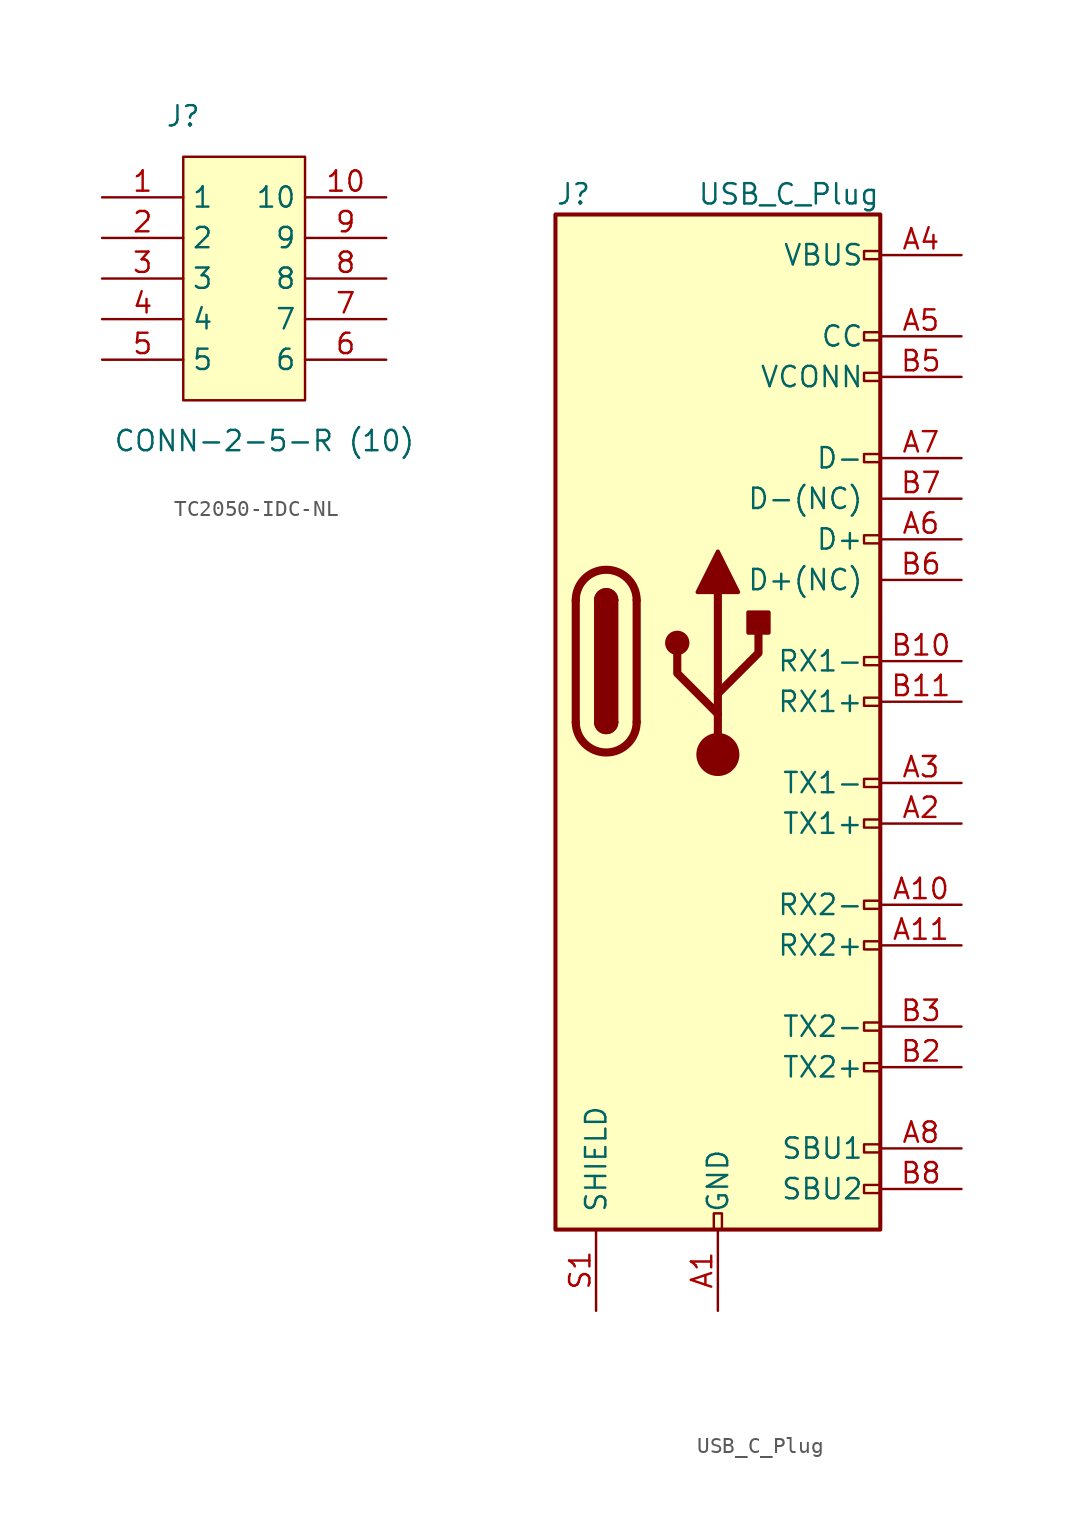
<source format=kicad_sym>
(kicad_symbol_lib
  (version 20241209)
  (generator "kicad_symbol_editor")
  (generator_version "9.0")
  (symbol "TC2050-IDC-NL"
    (property "Reference" "J"
      (at 0 2.54 0)
      (effects (font (size 1.27 1.27))))
    (property "Value" "CONN-2-5-R (10)"
      (at 5.08 -17.78 0)
      (effects (font (size 1.27 1.27))))
    (symbol "TC2050-IDC-NL_1_1"
      (rectangle (start 0 0) (end 7.62 -15.24) (stroke (width 0) (type default)) (fill (type background)))
      (pin passive line (at -5.08 -2.54 0) (length 5.08) (name "1" (effects (font (size 1.27 1.27)))) (number "1" (effects (font (size 1.27 1.27)))))
      (pin passive line (at -5.08 -5.08 0) (length 5.08) (name "2" (effects (font (size 1.27 1.27)))) (number "2" (effects (font (size 1.27 1.27)))))
      (pin passive line (at -5.08 -7.62 0) (length 5.08) (name "3" (effects (font (size 1.27 1.27)))) (number "3" (effects (font (size 1.27 1.27)))))
      (pin passive line (at -5.08 -10.16 0) (length 5.08) (name "4" (effects (font (size 1.27 1.27)))) (number "4" (effects (font (size 1.27 1.27)))))
      (pin passive line (at -5.08 -12.7 0) (length 5.08) (name "5" (effects (font (size 1.27 1.27)))) (number "5" (effects (font (size 1.27 1.27)))))
      (pin passive line (at 12.7 -2.54 180) (length 5.08) (name "10" (effects (font (size 1.27 1.27)))) (number "10" (effects (font (size 1.27 1.27)))))
      (pin passive line (at 12.7 -5.08 180) (length 5.08) (name "9" (effects (font (size 1.27 1.27)))) (number "9" (effects (font (size 1.27 1.27)))))
      (pin passive line (at 12.7 -7.62 180) (length 5.08) (name "8" (effects (font (size 1.27 1.27)))) (number "8" (effects (font (size 1.27 1.27)))))
      (pin passive line (at 12.7 -10.16 180) (length 5.08) (name "7" (effects (font (size 1.27 1.27)))) (number "7" (effects (font (size 1.27 1.27)))))
      (pin passive line (at 12.7 -12.7 180) (length 5.08) (name "6" (effects (font (size 1.27 1.27)))) (number "6" (effects (font (size 1.27 1.27)))))))
  (symbol "USB_C_Plug"
    (pin_names
      (offset 1.016))
    (property "Reference" "J"
      (at -10.16 29.21 0)
      (effects (font (size 1.27 1.27)) (justify left)))
    (property "Value" "USB_C_Plug"
      (at 10.16 29.21 0)
      (effects (font (size 1.27 1.27)) (justify right)))
    (symbol "USB_C_Plug_0_0"
      (rectangle (start -0.254 -35.56) (end 0.254 -34.544) (stroke (width 0) (type default)) (fill (type none)))
      (rectangle (start 10.16 25.654) (end 9.144 25.146) (stroke (width 0) (type default)) (fill (type none)))
      (rectangle (start 10.16 20.574) (end 9.144 20.066) (stroke (width 0) (type default)) (fill (type none)))
      (rectangle (start 10.16 18.034) (end 9.144 17.526) (stroke (width 0) (type default)) (fill (type none)))
      (rectangle (start 10.16 12.954) (end 9.144 12.446) (stroke (width 0) (type default)) (fill (type none)))
      (rectangle (start 10.16 7.874) (end 9.144 7.366) (stroke (width 0) (type default)) (fill (type none)))
      (rectangle (start 10.16 0.254) (end 9.144 -0.254) (stroke (width 0) (type default)) (fill (type none)))
      (rectangle (start 10.16 -2.286) (end 9.144 -2.794) (stroke (width 0) (type default)) (fill (type none)))
      (rectangle (start 10.16 -7.366) (end 9.144 -7.874) (stroke (width 0) (type default)) (fill (type none)))
      (rectangle (start 10.16 -9.906) (end 9.144 -10.414) (stroke (width 0) (type default)) (fill (type none)))
      (rectangle (start 10.16 -14.986) (end 9.144 -15.494) (stroke (width 0) (type default)) (fill (type none)))
      (rectangle (start 10.16 -17.526) (end 9.144 -18.034) (stroke (width 0) (type default)) (fill (type none)))
      (rectangle (start 10.16 -22.606) (end 9.144 -23.114) (stroke (width 0) (type default)) (fill (type none)))
      (rectangle (start 10.16 -25.146) (end 9.144 -25.654) (stroke (width 0) (type default)) (fill (type none)))
      (rectangle (start 10.16 -30.226) (end 9.144 -30.734) (stroke (width 0) (type default)) (fill (type none)))
      (rectangle (start 10.16 -32.766) (end 9.144 -33.274) (stroke (width 0) (type default)) (fill (type none))))
    (symbol "USB_C_Plug_0_1"
      (rectangle (start -10.16 27.94) (end 10.16 -35.56) (stroke (width 0.254) (type default)) (fill (type background)))
      (polyline (pts (xy -8.89 -3.81) (xy -8.89 3.81)) (stroke (width 0.508) (type default)) (fill (type none)))
      (rectangle (start -7.62 -3.81) (end -6.35 3.81) (stroke (width 0.254) (type default)) (fill (type outline)))
      (arc (start -7.62 3.81) (mid -6.985 4.4423) (end -6.35 3.81) (stroke (width 0.254) (type default)) (fill (type none)))
      (arc (start -7.62 3.81) (mid -6.985 4.4423) (end -6.35 3.81) (stroke (width 0.254) (type default)) (fill (type outline)))
      (arc (start -8.89 3.81) (mid -6.985 5.7067) (end -5.08 3.81) (stroke (width 0.508) (type default)) (fill (type none)))
      (arc (start -5.08 -3.81) (mid -6.985 -5.7067) (end -8.89 -3.81) (stroke (width 0.508) (type default)) (fill (type none)))
      (arc (start -6.35 -3.81) (mid -6.985 -4.4423) (end -7.62 -3.81) (stroke (width 0.254) (type default)) (fill (type none)))
      (arc (start -6.35 -3.81) (mid -6.985 -4.4423) (end -7.62 -3.81) (stroke (width 0.254) (type default)) (fill (type outline)))
      (polyline (pts (xy -5.08 3.81) (xy -5.08 -3.81)) (stroke (width 0.508) (type default)) (fill (type none))))
    (symbol "USB_C_Plug_1_1"
      (circle (center -2.54 1.143) (radius 0.635) (stroke (width 0.254) (type default)) (fill (type outline)))
      (polyline (pts (xy -1.27 4.318) (xy 0 6.858) (xy 1.27 4.318) (xy -1.27 4.318)) (stroke (width 0.254) (type default)) (fill (type outline)))
      (polyline (pts (xy 0 -2.032) (xy 2.54 0.508) (xy 2.54 1.778)) (stroke (width 0.508) (type default)) (fill (type none)))
      (polyline (pts (xy 0 -3.302) (xy -2.54 -0.762) (xy -2.54 0.508)) (stroke (width 0.508) (type default)) (fill (type none)))
      (polyline (pts (xy 0 -5.842) (xy 0 4.318)) (stroke (width 0.508) (type default)) (fill (type none)))
      (circle (center 0 -5.842) (radius 1.27) (stroke (width 0) (type default)) (fill (type outline)))
      (rectangle (start 1.905 1.778) (end 3.175 3.048) (stroke (width 0.254) (type default)) (fill (type outline)))
      (pin passive line (at -7.62 -40.64 90) (length 5.08) (name "SHIELD" (effects (font (size 1.27 1.27)))) (number "S1" (effects (font (size 1.27 1.27)))))
      (pin passive line (at 0 -40.64 90) (length 5.08) (name "GND" (effects (font (size 1.27 1.27)))) (number "A1" (effects (font (size 1.27 1.27)))))
      (pin passive line (at 0 -40.64 90) (length 5.08) (hide yes) (name "GND" (effects (font (size 1.27 1.27)))) (number "A12" (effects (font (size 1.27 1.27)))))
      (pin passive line (at 0 -40.64 90) (length 5.08) (hide yes) (name "GND" (effects (font (size 1.27 1.27)))) (number "B1" (effects (font (size 1.27 1.27)))))
      (pin passive line (at 0 -40.64 90) (length 5.08) (hide yes) (name "GND" (effects (font (size 1.27 1.27)))) (number "B12" (effects (font (size 1.27 1.27)))))
      (pin passive line (at 15.24 25.4 180) (length 5.08) (name "VBUS" (effects (font (size 1.27 1.27)))) (number "A4" (effects (font (size 1.27 1.27)))))
      (pin passive line (at 15.24 25.4 180) (length 5.08) (hide yes) (name "VBUS" (effects (font (size 1.27 1.27)))) (number "A9" (effects (font (size 1.27 1.27)))))
      (pin passive line (at 15.24 25.4 180) (length 5.08) (hide yes) (name "VBUS" (effects (font (size 1.27 1.27)))) (number "B4" (effects (font (size 1.27 1.27)))))
      (pin passive line (at 15.24 25.4 180) (length 5.08) (hide yes) (name "VBUS" (effects (font (size 1.27 1.27)))) (number "B9" (effects (font (size 1.27 1.27)))))
      (pin bidirectional line (at 15.24 20.32 180) (length 5.08) (name "CC" (effects (font (size 1.27 1.27)))) (number "A5" (effects (font (size 1.27 1.27)))))
      (pin bidirectional line (at 15.24 17.78 180) (length 5.08) (name "VCONN" (effects (font (size 1.27 1.27)))) (number "B5" (effects (font (size 1.27 1.27)))))
      (pin bidirectional line (at 15.24 12.7 180) (length 5.08) (name "D-" (effects (font (size 1.27 1.27)))) (number "A7" (effects (font (size 1.27 1.27)))))
      (pin passive line (at 15.24 10.16 180) (length 5.08) (name "D-(NC)" (effects (font (size 1.27 1.27)))) (number "B7" (effects (font (size 1.27 1.27)))))
      (pin bidirectional line (at 15.24 7.62 180) (length 5.08) (name "D+" (effects (font (size 1.27 1.27)))) (number "A6" (effects (font (size 1.27 1.27)))))
      (pin passive line (at 15.24 5.08 180) (length 5.08) (name "D+(NC)" (effects (font (size 1.27 1.27)))) (number "B6" (effects (font (size 1.27 1.27)))))
      (pin bidirectional line (at 15.24 0 180) (length 5.08) (name "RX1-" (effects (font (size 1.27 1.27)))) (number "B10" (effects (font (size 1.27 1.27)))))
      (pin bidirectional line (at 15.24 -2.54 180) (length 5.08) (name "RX1+" (effects (font (size 1.27 1.27)))) (number "B11" (effects (font (size 1.27 1.27)))))
      (pin bidirectional line (at 15.24 -7.62 180) (length 5.08) (name "TX1-" (effects (font (size 1.27 1.27)))) (number "A3" (effects (font (size 1.27 1.27)))))
      (pin bidirectional line (at 15.24 -10.16 180) (length 5.08) (name "TX1+" (effects (font (size 1.27 1.27)))) (number "A2" (effects (font (size 1.27 1.27)))))
      (pin bidirectional line (at 15.24 -15.24 180) (length 5.08) (name "RX2-" (effects (font (size 1.27 1.27)))) (number "A10" (effects (font (size 1.27 1.27)))))
      (pin bidirectional line (at 15.24 -17.78 180) (length 5.08) (name "RX2+" (effects (font (size 1.27 1.27)))) (number "A11" (effects (font (size 1.27 1.27)))))
      (pin bidirectional line (at 15.24 -22.86 180) (length 5.08) (name "TX2-" (effects (font (size 1.27 1.27)))) (number "B3" (effects (font (size 1.27 1.27)))))
      (pin bidirectional line (at 15.24 -25.4 180) (length 5.08) (name "TX2+" (effects (font (size 1.27 1.27)))) (number "B2" (effects (font (size 1.27 1.27)))))
      (pin bidirectional line (at 15.24 -30.48 180) (length 5.08) (name "SBU1" (effects (font (size 1.27 1.27)))) (number "A8" (effects (font (size 1.27 1.27)))))
      (pin bidirectional line (at 15.24 -33.02 180) (length 5.08) (name "SBU2" (effects (font (size 1.27 1.27)))) (number "B8" (effects (font (size 1.27 1.27))))))))
</source>
